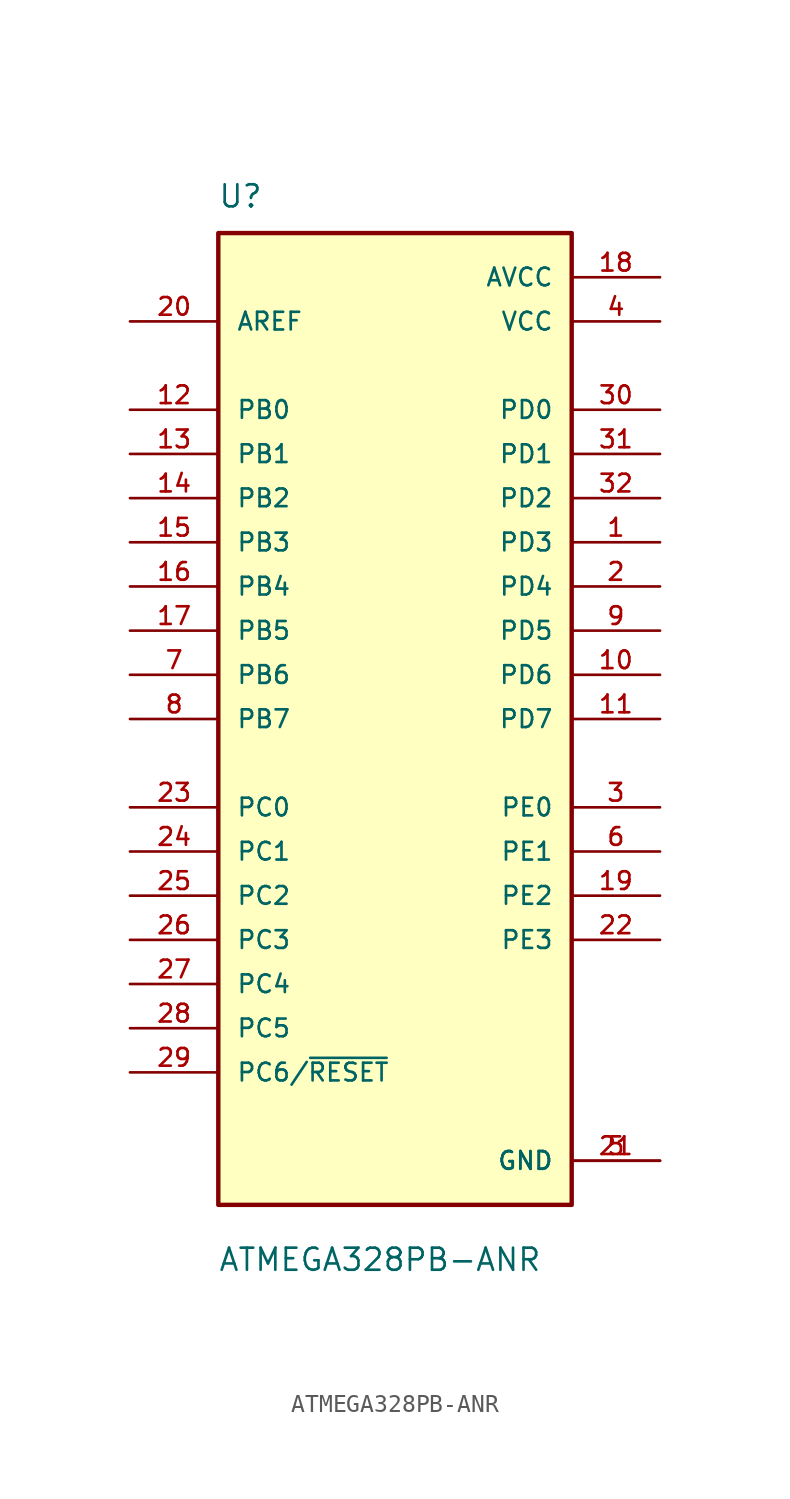
<source format=kicad_sym>
(kicad_symbol_lib
  (version 20211014)
  (generator kicad_symbol_editor)
  (symbol "ATMEGA328PB-ANR"
    (pin_names
      (offset 1.016))
    (property "Reference" "U"
      (at -10.196 29.313 0)
      (effects (font (size 1.27 1.27)) (justify bottom left)))
    (property "Value" "ATMEGA328PB-ANR"
      (at -10.187 -31.833 0)
      (effects (font (size 1.27 1.27)) (justify bottom left)))
    (symbol "ATMEGA328PB-ANR_0_0"
      (rectangle (start -10.16 -27.94) (end 10.16 27.94) (stroke (width 0.254)) (fill (type background)))
      (pin power_in line (at 15.24 22.86 180.0) (length 5.08) (name "VCC" (effects (font (size 1.016 1.016)))) (number "4" (effects (font (size 1.016 1.016)))))
      (pin power_in line (at 15.24 -25.4 180.0) (length 5.08) (name "GND" (effects (font (size 1.016 1.016)))) (number "5" (effects (font (size 1.016 1.016)))))
      (pin power_in line (at 15.24 -25.4 180.0) (length 5.08) (name "GND" (effects (font (size 1.016 1.016)))) (number "21" (effects (font (size 1.016 1.016)))))
      (pin bidirectional line (at -15.24 17.78 0) (length 5.08) (name "PB0" (effects (font (size 1.016 1.016)))) (number "12" (effects (font (size 1.016 1.016)))))
      (pin bidirectional line (at -15.24 15.24 0) (length 5.08) (name "PB1" (effects (font (size 1.016 1.016)))) (number "13" (effects (font (size 1.016 1.016)))))
      (pin bidirectional line (at -15.24 12.7 0) (length 5.08) (name "PB2" (effects (font (size 1.016 1.016)))) (number "14" (effects (font (size 1.016 1.016)))))
      (pin bidirectional line (at -15.24 10.16 0) (length 5.08) (name "PB3" (effects (font (size 1.016 1.016)))) (number "15" (effects (font (size 1.016 1.016)))))
      (pin bidirectional line (at -15.24 7.62 0) (length 5.08) (name "PB4" (effects (font (size 1.016 1.016)))) (number "16" (effects (font (size 1.016 1.016)))))
      (pin bidirectional line (at -15.24 5.08 0) (length 5.08) (name "PB5" (effects (font (size 1.016 1.016)))) (number "17" (effects (font (size 1.016 1.016)))))
      (pin bidirectional line (at -15.24 2.54 0) (length 5.08) (name "PB6" (effects (font (size 1.016 1.016)))) (number "7" (effects (font (size 1.016 1.016)))))
      (pin bidirectional line (at -15.24 0.0 0) (length 5.08) (name "PB7" (effects (font (size 1.016 1.016)))) (number "8" (effects (font (size 1.016 1.016)))))
      (pin bidirectional line (at -15.24 -5.08 0) (length 5.08) (name "PC0" (effects (font (size 1.016 1.016)))) (number "23" (effects (font (size 1.016 1.016)))))
      (pin bidirectional line (at -15.24 -7.62 0) (length 5.08) (name "PC1" (effects (font (size 1.016 1.016)))) (number "24" (effects (font (size 1.016 1.016)))))
      (pin bidirectional line (at -15.24 -10.16 0) (length 5.08) (name "PC2" (effects (font (size 1.016 1.016)))) (number "25" (effects (font (size 1.016 1.016)))))
      (pin bidirectional line (at -15.24 -12.7 0) (length 5.08) (name "PC3" (effects (font (size 1.016 1.016)))) (number "26" (effects (font (size 1.016 1.016)))))
      (pin bidirectional line (at -15.24 -15.24 0) (length 5.08) (name "PC4" (effects (font (size 1.016 1.016)))) (number "27" (effects (font (size 1.016 1.016)))))
      (pin bidirectional line (at -15.24 -17.78 0) (length 5.08) (name "PC5" (effects (font (size 1.016 1.016)))) (number "28" (effects (font (size 1.016 1.016)))))
      (pin bidirectional line (at -15.24 -20.32 0) (length 5.08) (name "PC6/~{RESET}" (effects (font (size 1.016 1.016)))) (number "29" (effects (font (size 1.016 1.016)))))
      (pin bidirectional line (at 15.24 17.78 180.0) (length 5.08) (name "PD0" (effects (font (size 1.016 1.016)))) (number "30" (effects (font (size 1.016 1.016)))))
      (pin bidirectional line (at 15.24 15.24 180.0) (length 5.08) (name "PD1" (effects (font (size 1.016 1.016)))) (number "31" (effects (font (size 1.016 1.016)))))
      (pin bidirectional line (at 15.24 12.7 180.0) (length 5.08) (name "PD2" (effects (font (size 1.016 1.016)))) (number "32" (effects (font (size 1.016 1.016)))))
      (pin bidirectional line (at 15.24 10.16 180.0) (length 5.08) (name "PD3" (effects (font (size 1.016 1.016)))) (number "1" (effects (font (size 1.016 1.016)))))
      (pin bidirectional line (at 15.24 7.62 180.0) (length 5.08) (name "PD4" (effects (font (size 1.016 1.016)))) (number "2" (effects (font (size 1.016 1.016)))))
      (pin bidirectional line (at 15.24 5.08 180.0) (length 5.08) (name "PD5" (effects (font (size 1.016 1.016)))) (number "9" (effects (font (size 1.016 1.016)))))
      (pin bidirectional line (at 15.24 2.54 180.0) (length 5.08) (name "PD6" (effects (font (size 1.016 1.016)))) (number "10" (effects (font (size 1.016 1.016)))))
      (pin bidirectional line (at 15.24 0.0 180.0) (length 5.08) (name "PD7" (effects (font (size 1.016 1.016)))) (number "11" (effects (font (size 1.016 1.016)))))
      (pin input line (at -15.24 22.86 0) (length 5.08) (name "AREF" (effects (font (size 1.016 1.016)))) (number "20" (effects (font (size 1.016 1.016)))))
      (pin power_in line (at 15.24 25.4 180.0) (length 5.08) (name "AVCC" (effects (font (size 1.016 1.016)))) (number "18" (effects (font (size 1.016 1.016)))))
      (pin bidirectional line (at 15.24 -5.08 180.0) (length 5.08) (name "PE0" (effects (font (size 1.016 1.016)))) (number "3" (effects (font (size 1.016 1.016)))))
      (pin bidirectional line (at 15.24 -7.62 180.0) (length 5.08) (name "PE1" (effects (font (size 1.016 1.016)))) (number "6" (effects (font (size 1.016 1.016)))))
      (pin bidirectional line (at 15.24 -10.16 180.0) (length 5.08) (name "PE2" (effects (font (size 1.016 1.016)))) (number "19" (effects (font (size 1.016 1.016)))))
      (pin bidirectional line (at 15.24 -12.7 180.0) (length 5.08) (name "PE3" (effects (font (size 1.016 1.016)))) (number "22" (effects (font (size 1.016 1.016))))))))
</source>
